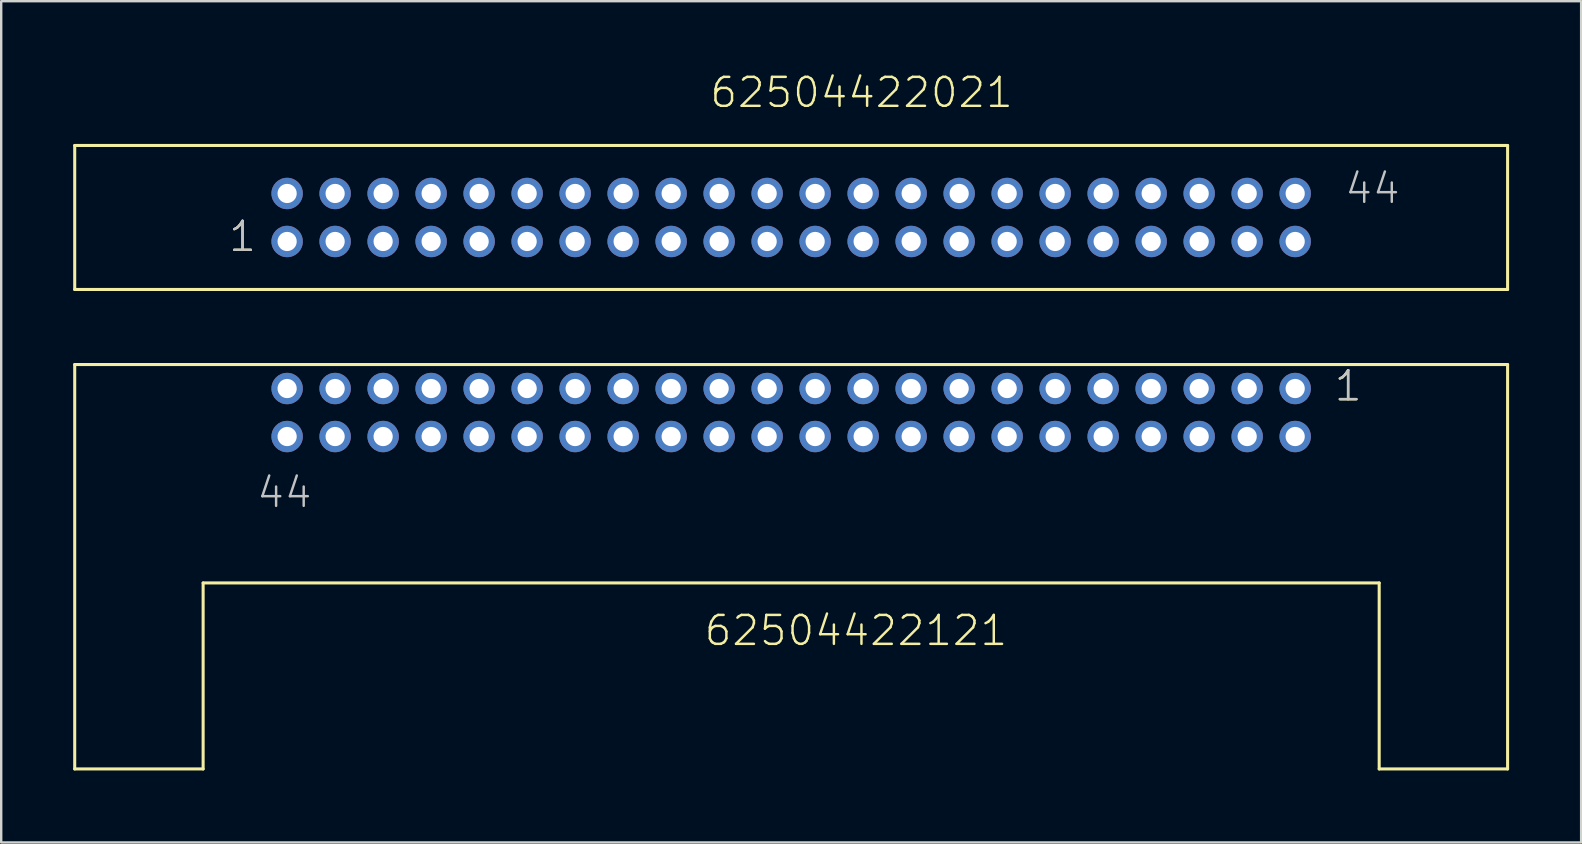
<source format=kicad_pcb>
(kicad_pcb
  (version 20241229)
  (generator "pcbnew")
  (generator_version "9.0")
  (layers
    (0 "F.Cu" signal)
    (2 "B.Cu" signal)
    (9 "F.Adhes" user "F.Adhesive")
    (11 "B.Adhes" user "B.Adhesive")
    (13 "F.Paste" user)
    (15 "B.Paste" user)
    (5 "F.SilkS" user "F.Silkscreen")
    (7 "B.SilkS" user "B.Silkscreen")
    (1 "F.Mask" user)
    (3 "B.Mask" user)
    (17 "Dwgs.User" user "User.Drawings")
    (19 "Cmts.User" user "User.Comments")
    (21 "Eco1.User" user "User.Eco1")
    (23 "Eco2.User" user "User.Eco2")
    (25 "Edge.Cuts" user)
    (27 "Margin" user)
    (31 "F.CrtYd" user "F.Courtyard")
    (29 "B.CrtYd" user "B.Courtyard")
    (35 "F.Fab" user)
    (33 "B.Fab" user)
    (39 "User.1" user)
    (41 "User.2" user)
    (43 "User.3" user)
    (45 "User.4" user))
  (footprint "62504422021"
    (layer "F.Cu")
    (at 29.913 6.011)
    (property "Reference" "62504422021" (at -3.45 -4.5 0) (layer "F.SilkS") (effects (font (size 1.206 1.206) (thickness 0.102)) (justify left bottom)))
    (attr through_hole)
    (fp_line (start -29.85 -3) (end -29.85 3) (stroke (width 0.127) (type solid)) (layer "F.SilkS"))
    (fp_line (start -29.85 3) (end 29.85 3) (stroke (width 0.127) (type solid)) (layer "F.SilkS"))
    (fp_line (start 29.85 -3) (end -29.85 -3) (stroke (width 0.127) (type solid)) (layer "F.SilkS"))
    (fp_line (start 29.85 3) (end 29.85 -3) (stroke (width 0.127) (type solid)) (layer "F.SilkS"))
    (fp_text user "1" (at -23.5 1.5 0) (layer "F.SilkS") (effects (font (size 1.206 1.206) (thickness 0.102)) (justify left bottom)))
    (fp_text user "44" (at 23.005 -0.5 0) (layer "Dwgs.User") (effects (font (size 1.206 1.206) (thickness 0.102)) (justify left bottom)))
    (fp_text user "1" (at -23.5 1.5 0) (layer "Dwgs.User") (effects (font (size 1.206 1.206) (thickness 0.102)) (justify left bottom)))
    (pad "1" thru_hole circle (at -21 1) (size 1.308 1.308) (drill 0.8) (layers "*.Cu" "*.Mask"))
    (pad "2" thru_hole circle (at -21 -1) (size 1.308 1.308) (drill 0.8) (layers "*.Cu" "*.Mask"))
    (pad "3" thru_hole circle (at -19 1) (size 1.308 1.308) (drill 0.8) (layers "*.Cu" "*.Mask"))
    (pad "4" thru_hole circle (at -19 -1) (size 1.308 1.308) (drill 0.8) (layers "*.Cu" "*.Mask"))
    (pad "5" thru_hole circle (at -17 1) (size 1.308 1.308) (drill 0.8) (layers "*.Cu" "*.Mask"))
    (pad "6" thru_hole circle (at -17 -1) (size 1.308 1.308) (drill 0.8) (layers "*.Cu" "*.Mask"))
    (pad "7" thru_hole circle (at -15 1) (size 1.308 1.308) (drill 0.8) (layers "*.Cu" "*.Mask"))
    (pad "8" thru_hole circle (at -15 -1) (size 1.308 1.308) (drill 0.8) (layers "*.Cu" "*.Mask"))
    (pad "9" thru_hole circle (at -13 1) (size 1.308 1.308) (drill 0.8) (layers "*.Cu" "*.Mask"))
    (pad "10" thru_hole circle (at -13 -1) (size 1.308 1.308) (drill 0.8) (layers "*.Cu" "*.Mask"))
    (pad "11" thru_hole circle (at -11 1) (size 1.308 1.308) (drill 0.8) (layers "*.Cu" "*.Mask"))
    (pad "12" thru_hole circle (at -11 -1) (size 1.308 1.308) (drill 0.8) (layers "*.Cu" "*.Mask"))
    (pad "13" thru_hole circle (at -9 1) (size 1.308 1.308) (drill 0.8) (layers "*.Cu" "*.Mask"))
    (pad "14" thru_hole circle (at -9 -1) (size 1.308 1.308) (drill 0.8) (layers "*.Cu" "*.Mask"))
    (pad "15" thru_hole circle (at -7 1) (size 1.308 1.308) (drill 0.8) (layers "*.Cu" "*.Mask"))
    (pad "16" thru_hole circle (at -7 -1) (size 1.308 1.308) (drill 0.8) (layers "*.Cu" "*.Mask"))
    (pad "17" thru_hole circle (at -5 1) (size 1.308 1.308) (drill 0.8) (layers "*.Cu" "*.Mask"))
    (pad "18" thru_hole circle (at -5 -1) (size 1.308 1.308) (drill 0.8) (layers "*.Cu" "*.Mask"))
    (pad "19" thru_hole circle (at -3 1) (size 1.308 1.308) (drill 0.8) (layers "*.Cu" "*.Mask"))
    (pad "20" thru_hole circle (at -3 -1) (size 1.308 1.308) (drill 0.8) (layers "*.Cu" "*.Mask"))
    (pad "21" thru_hole circle (at -1 1) (size 1.308 1.308) (drill 0.8) (layers "*.Cu" "*.Mask"))
    (pad "22" thru_hole circle (at -1 -1) (size 1.308 1.308) (drill 0.8) (layers "*.Cu" "*.Mask"))
    (pad "23" thru_hole circle (at 1 1) (size 1.308 1.308) (drill 0.8) (layers "*.Cu" "*.Mask"))
    (pad "24" thru_hole circle (at 1 -1) (size 1.308 1.308) (drill 0.8) (layers "*.Cu" "*.Mask"))
    (pad "25" thru_hole circle (at 3 1) (size 1.308 1.308) (drill 0.8) (layers "*.Cu" "*.Mask"))
    (pad "26" thru_hole circle (at 3 -1) (size 1.308 1.308) (drill 0.8) (layers "*.Cu" "*.Mask"))
    (pad "27" thru_hole circle (at 5 1) (size 1.308 1.308) (drill 0.8) (layers "*.Cu" "*.Mask"))
    (pad "28" thru_hole circle (at 5 -1) (size 1.308 1.308) (drill 0.8) (layers "*.Cu" "*.Mask"))
    (pad "29" thru_hole circle (at 7 1) (size 1.308 1.308) (drill 0.8) (layers "*.Cu" "*.Mask"))
    (pad "30" thru_hole circle (at 7 -1) (size 1.308 1.308) (drill 0.8) (layers "*.Cu" "*.Mask"))
    (pad "31" thru_hole circle (at 9 1) (size 1.308 1.308) (drill 0.8) (layers "*.Cu" "*.Mask"))
    (pad "32" thru_hole circle (at 9 -1) (size 1.308 1.308) (drill 0.8) (layers "*.Cu" "*.Mask"))
    (pad "33" thru_hole circle (at 11 1) (size 1.308 1.308) (drill 0.8) (layers "*.Cu" "*.Mask"))
    (pad "34" thru_hole circle (at 11 -1) (size 1.308 1.308) (drill 0.8) (layers "*.Cu" "*.Mask"))
    (pad "35" thru_hole circle (at 13 1) (size 1.308 1.308) (drill 0.8) (layers "*.Cu" "*.Mask"))
    (pad "36" thru_hole circle (at 13 -1) (size 1.308 1.308) (drill 0.8) (layers "*.Cu" "*.Mask"))
    (pad "37" thru_hole circle (at 15 1) (size 1.308 1.308) (drill 0.8) (layers "*.Cu" "*.Mask"))
    (pad "38" thru_hole circle (at 15 -1) (size 1.308 1.308) (drill 0.8) (layers "*.Cu" "*.Mask"))
    (pad "39" thru_hole circle (at 17 1) (size 1.308 1.308) (drill 0.8) (layers "*.Cu" "*.Mask"))
    (pad "40" thru_hole circle (at 17 -1) (size 1.308 1.308) (drill 0.8) (layers "*.Cu" "*.Mask"))
    (pad "41" thru_hole circle (at 19 1) (size 1.308 1.308) (drill 0.8) (layers "*.Cu" "*.Mask"))
    (pad "42" thru_hole circle (at 19 -1) (size 1.308 1.308) (drill 0.8) (layers "*.Cu" "*.Mask"))
    (pad "43" thru_hole circle (at 21 1) (size 1.308 1.308) (drill 0.8) (layers "*.Cu" "*.Mask"))
    (pad "44" thru_hole circle (at 21 -1) (size 1.308 1.308) (drill 0.8) (layers "*.Cu" "*.Mask")))
  (footprint "62504422121"
    (layer "F.Cu")
    (at 29.913 14.138)
    (property "Reference" "62504422121" (at -3.685 9.79 0) (layer "F.SilkS") (effects (font (size 1.206 1.206) (thickness 0.102)) (justify left bottom)))
    (attr through_hole)
    (fp_line (start -29.85 -2) (end -29.85 14.85) (stroke (width 0.127) (type solid)) (layer "F.SilkS"))
    (fp_line (start -29.85 14.85) (end -24.5 14.85) (stroke (width 0.127) (type solid)) (layer "F.SilkS"))
    (fp_line (start -24.5 7.1) (end 24.5 7.1) (stroke (width 0.127) (type solid)) (layer "F.SilkS"))
    (fp_line (start -24.5 14.85) (end -24.5 7.1) (stroke (width 0.127) (type solid)) (layer "F.SilkS"))
    (fp_line (start 24.5 7.1) (end 24.5 14.85) (stroke (width 0.127) (type solid)) (layer "F.SilkS"))
    (fp_line (start 24.5 14.85) (end 29.85 14.85) (stroke (width 0.127) (type solid)) (layer "F.SilkS"))
    (fp_line (start 29.85 -2) (end -29.85 -2) (stroke (width 0.127) (type solid)) (layer "F.SilkS"))
    (fp_line (start 29.85 14.85) (end 29.85 -2) (stroke (width 0.127) (type solid)) (layer "F.SilkS"))
    (fp_text user "1" (at 22.565 -0.405 0) (layer "F.SilkS") (effects (font (size 1.206 1.206) (thickness 0.102)) (justify left bottom)))
    (fp_text user "44" (at -22.33 4.04 0) (layer "Dwgs.User") (effects (font (size 1.206 1.206) (thickness 0.102)) (justify left bottom)))
    (fp_text user "1" (at 22.565 -0.405 0) (layer "Dwgs.User") (effects (font (size 1.206 1.206) (thickness 0.102)) (justify left bottom)))
    (pad "1" thru_hole circle (at 21 -1) (size 1.308 1.308) (drill 0.8) (layers "*.Cu" "*.Mask"))
    (pad "2" thru_hole circle (at 21 1) (size 1.308 1.308) (drill 0.8) (layers "*.Cu" "*.Mask"))
    (pad "3" thru_hole circle (at 19 -1) (size 1.308 1.308) (drill 0.8) (layers "*.Cu" "*.Mask"))
    (pad "4" thru_hole circle (at 19 1) (size 1.308 1.308) (drill 0.8) (layers "*.Cu" "*.Mask"))
    (pad "5" thru_hole circle (at 17 -1) (size 1.308 1.308) (drill 0.8) (layers "*.Cu" "*.Mask"))
    (pad "6" thru_hole circle (at 17 1) (size 1.308 1.308) (drill 0.8) (layers "*.Cu" "*.Mask"))
    (pad "7" thru_hole circle (at 15 -1) (size 1.308 1.308) (drill 0.8) (layers "*.Cu" "*.Mask"))
    (pad "8" thru_hole circle (at 15 1) (size 1.308 1.308) (drill 0.8) (layers "*.Cu" "*.Mask"))
    (pad "9" thru_hole circle (at 13 -1) (size 1.308 1.308) (drill 0.8) (layers "*.Cu" "*.Mask"))
    (pad "10" thru_hole circle (at 13 1) (size 1.308 1.308) (drill 0.8) (layers "*.Cu" "*.Mask"))
    (pad "11" thru_hole circle (at 11 -1) (size 1.308 1.308) (drill 0.8) (layers "*.Cu" "*.Mask"))
    (pad "12" thru_hole circle (at 11 1) (size 1.308 1.308) (drill 0.8) (layers "*.Cu" "*.Mask"))
    (pad "13" thru_hole circle (at 9 -1) (size 1.308 1.308) (drill 0.8) (layers "*.Cu" "*.Mask"))
    (pad "14" thru_hole circle (at 9 1) (size 1.308 1.308) (drill 0.8) (layers "*.Cu" "*.Mask"))
    (pad "15" thru_hole circle (at 7 -1) (size 1.308 1.308) (drill 0.8) (layers "*.Cu" "*.Mask"))
    (pad "16" thru_hole circle (at 7 1) (size 1.308 1.308) (drill 0.8) (layers "*.Cu" "*.Mask"))
    (pad "17" thru_hole circle (at 5 -1) (size 1.308 1.308) (drill 0.8) (layers "*.Cu" "*.Mask"))
    (pad "18" thru_hole circle (at 5 1) (size 1.308 1.308) (drill 0.8) (layers "*.Cu" "*.Mask"))
    (pad "19" thru_hole circle (at 3 -1) (size 1.308 1.308) (drill 0.8) (layers "*.Cu" "*.Mask"))
    (pad "20" thru_hole circle (at 3 1) (size 1.308 1.308) (drill 0.8) (layers "*.Cu" "*.Mask"))
    (pad "21" thru_hole circle (at 1 -1) (size 1.308 1.308) (drill 0.8) (layers "*.Cu" "*.Mask"))
    (pad "22" thru_hole circle (at 1 1) (size 1.308 1.308) (drill 0.8) (layers "*.Cu" "*.Mask"))
    (pad "23" thru_hole circle (at -1 -1) (size 1.308 1.308) (drill 0.8) (layers "*.Cu" "*.Mask"))
    (pad "24" thru_hole circle (at -1 1) (size 1.308 1.308) (drill 0.8) (layers "*.Cu" "*.Mask"))
    (pad "25" thru_hole circle (at -3 -1) (size 1.308 1.308) (drill 0.8) (layers "*.Cu" "*.Mask"))
    (pad "26" thru_hole circle (at -3 1) (size 1.308 1.308) (drill 0.8) (layers "*.Cu" "*.Mask"))
    (pad "27" thru_hole circle (at -5 -1) (size 1.308 1.308) (drill 0.8) (layers "*.Cu" "*.Mask"))
    (pad "28" thru_hole circle (at -5 1) (size 1.308 1.308) (drill 0.8) (layers "*.Cu" "*.Mask"))
    (pad "29" thru_hole circle (at -7 -1) (size 1.308 1.308) (drill 0.8) (layers "*.Cu" "*.Mask"))
    (pad "30" thru_hole circle (at -7 1) (size 1.308 1.308) (drill 0.8) (layers "*.Cu" "*.Mask"))
    (pad "31" thru_hole circle (at -9 -1) (size 1.308 1.308) (drill 0.8) (layers "*.Cu" "*.Mask"))
    (pad "32" thru_hole circle (at -9 1) (size 1.308 1.308) (drill 0.8) (layers "*.Cu" "*.Mask"))
    (pad "33" thru_hole circle (at -11 -1) (size 1.308 1.308) (drill 0.8) (layers "*.Cu" "*.Mask"))
    (pad "34" thru_hole circle (at -11 1) (size 1.308 1.308) (drill 0.8) (layers "*.Cu" "*.Mask"))
    (pad "35" thru_hole circle (at -13 -1) (size 1.308 1.308) (drill 0.8) (layers "*.Cu" "*.Mask"))
    (pad "36" thru_hole circle (at -13 1) (size 1.308 1.308) (drill 0.8) (layers "*.Cu" "*.Mask"))
    (pad "37" thru_hole circle (at -15 -1) (size 1.308 1.308) (drill 0.8) (layers "*.Cu" "*.Mask"))
    (pad "38" thru_hole circle (at -15 1) (size 1.308 1.308) (drill 0.8) (layers "*.Cu" "*.Mask"))
    (pad "39" thru_hole circle (at -17 -1) (size 1.308 1.308) (drill 0.8) (layers "*.Cu" "*.Mask"))
    (pad "40" thru_hole circle (at -17 1) (size 1.308 1.308) (drill 0.8) (layers "*.Cu" "*.Mask"))
    (pad "41" thru_hole circle (at -19 -1) (size 1.308 1.308) (drill 0.8) (layers "*.Cu" "*.Mask"))
    (pad "42" thru_hole circle (at -19 1) (size 1.308 1.308) (drill 0.8) (layers "*.Cu" "*.Mask"))
    (pad "43" thru_hole circle (at -21 -1) (size 1.308 1.308) (drill 0.8) (layers "*.Cu" "*.Mask"))
    (pad "44" thru_hole circle (at -21 1) (size 1.308 1.308) (drill 0.8) (layers "*.Cu" "*.Mask")))
  (gr_rect
    (start -3 -3)
    (end 62.827 32.052)
    (stroke (width 0.1) (type default))
    (fill no)
    (layer "Edge.Cuts")))
</source>
